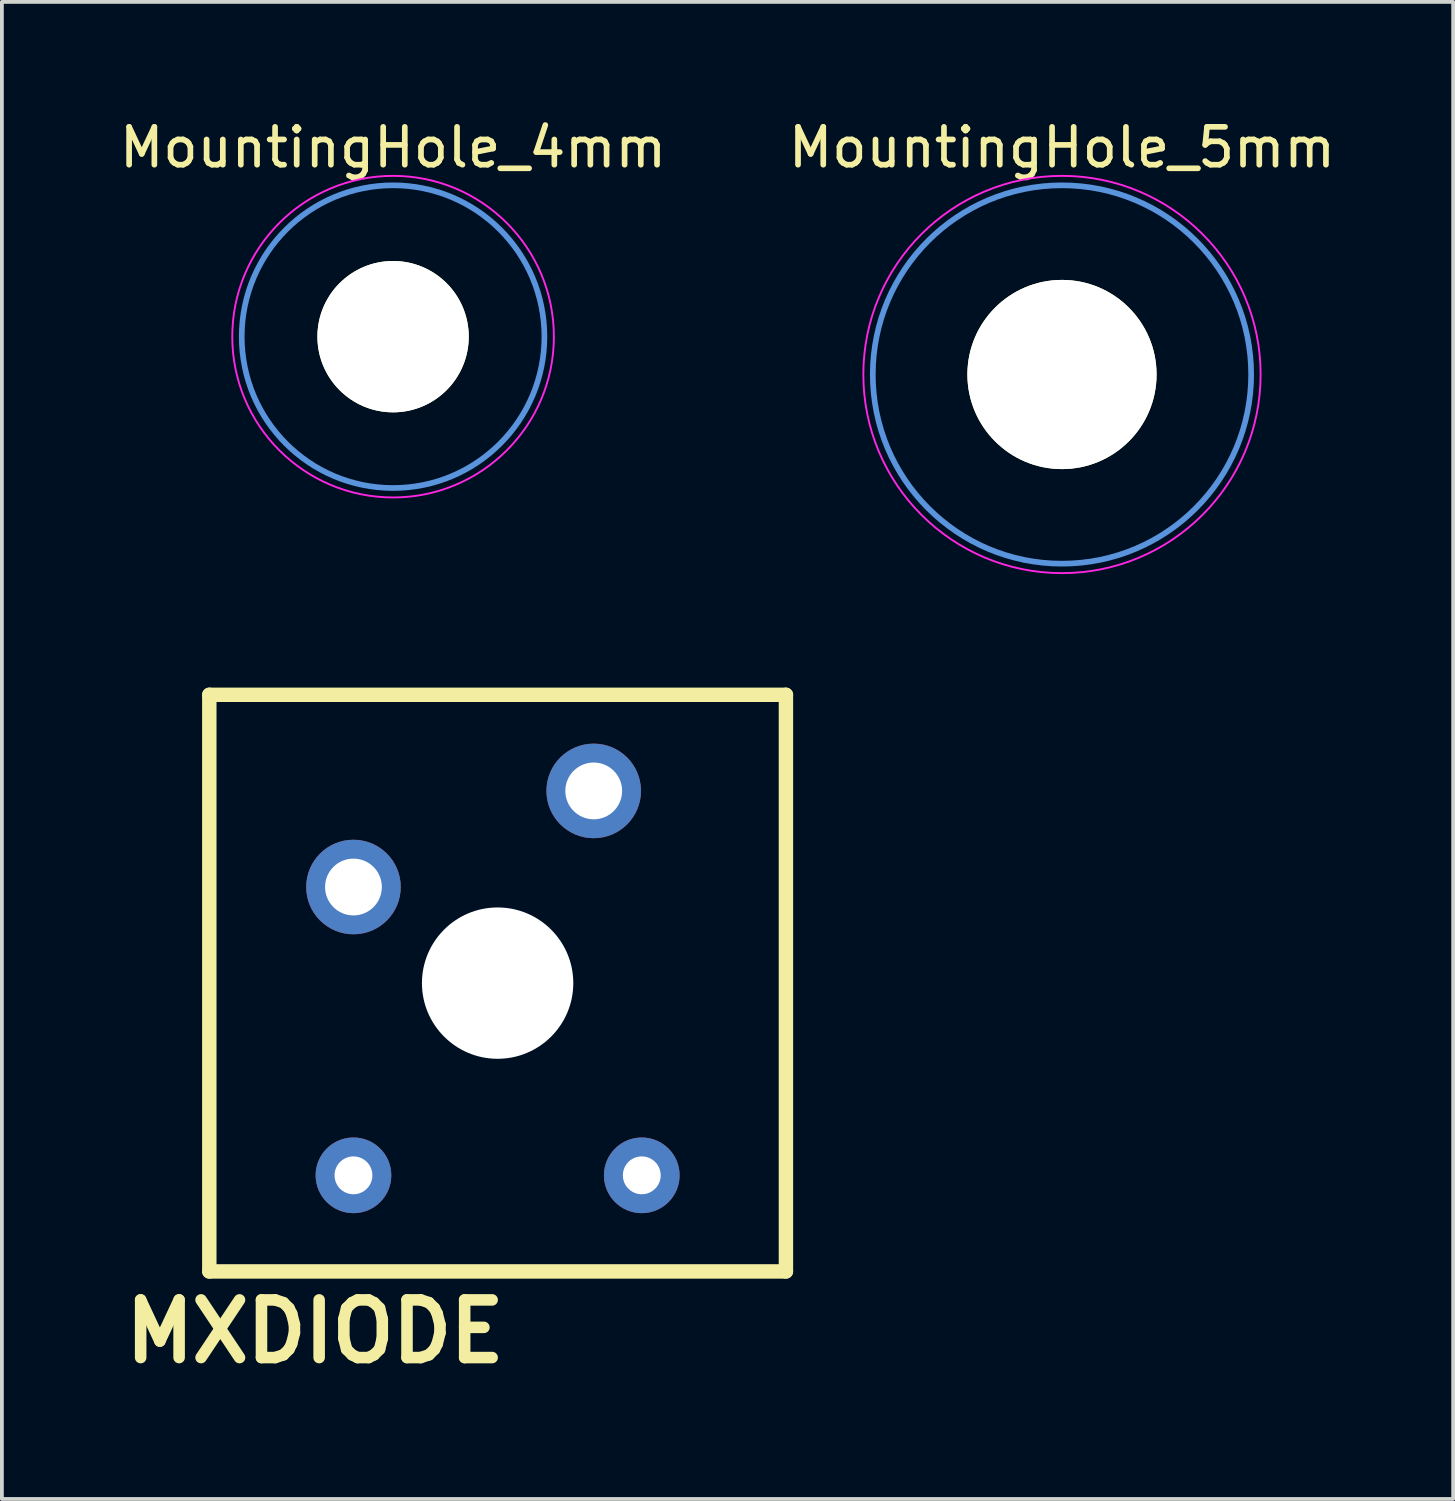
<source format=kicad_pcb>
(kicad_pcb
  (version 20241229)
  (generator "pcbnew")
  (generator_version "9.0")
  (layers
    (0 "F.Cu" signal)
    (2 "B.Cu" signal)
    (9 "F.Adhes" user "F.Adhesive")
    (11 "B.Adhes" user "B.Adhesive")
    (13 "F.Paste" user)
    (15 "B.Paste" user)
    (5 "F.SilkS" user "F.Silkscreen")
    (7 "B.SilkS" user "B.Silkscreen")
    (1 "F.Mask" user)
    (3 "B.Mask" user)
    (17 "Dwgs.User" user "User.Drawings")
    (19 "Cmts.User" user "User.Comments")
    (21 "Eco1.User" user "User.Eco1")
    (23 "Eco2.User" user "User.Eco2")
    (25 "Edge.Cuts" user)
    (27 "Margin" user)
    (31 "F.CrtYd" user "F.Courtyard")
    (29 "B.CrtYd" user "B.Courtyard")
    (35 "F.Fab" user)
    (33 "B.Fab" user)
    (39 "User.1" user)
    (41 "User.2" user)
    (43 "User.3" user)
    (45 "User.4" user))
  (footprint "MountingHole_4mm"
    (layer "F.Cu")
    (at 7.339 5.848)
    (property "Reference" "MountingHole_4mm" (at 0 -5 0) (layer "F.SilkS") (effects (font (size 1 1) (thickness 0.15))))
    (attr through_hole)
    (fp_circle (center 0 0) (end 4 0) (stroke (width 0.15) (type solid)) (fill no) (layer "Cmts.User"))
    (fp_circle (center 0 0) (end 4.25 0) (stroke (width 0.05) (type solid)) (fill no) (layer "F.CrtYd"))
    (pad "" np_thru_hole circle (at 0 0) (size 4 4) (drill 4) (layers "*.Cu" "*.Mask" "F.SilkS")))
  (footprint "MXDIODE"
    (layer "F.Cu")
    (at 10.102 22.934)
    (property "Reference" "MXDIODE" (at -4.826 9.207 0) (layer "F.SilkS") (effects (font (size 1.524 1.524) (thickness 0.305))))
    (attr through_hole)
    (fp_line (start -7.62 -7.62) (end 7.62 -7.62) (stroke (width 0.381) (type solid)) (layer "F.SilkS"))
    (fp_line (start -7.62 7.62) (end -7.62 -7.62) (stroke (width 0.381) (type solid)) (layer "F.SilkS"))
    (fp_line (start 7.62 -7.62) (end 7.62 7.62) (stroke (width 0.381) (type solid)) (layer "F.SilkS"))
    (fp_line (start 7.62 7.62) (end -7.62 7.62) (stroke (width 0.381) (type solid)) (layer "F.SilkS"))
    (pad "" np_thru_hole circle (at 0 0) (size 4 4) (drill 4) (layers "*.Cu" "*.Mask"))
    (pad "1" thru_hole circle (at -3.81 -2.54) (size 2.499 2.499) (drill 1.501) (layers "*.Cu" "*.Mask"))
    (pad "2" thru_hole circle (at 2.54 -5.08) (size 2.499 2.499) (drill 1.501) (layers "*.Cu" "*.Mask"))
    (pad "3" thru_hole circle (at -3.81 5.08) (size 2 2) (drill 1) (layers "*.Cu" "*.Mask"))
    (pad "4" thru_hole circle (at 3.81 5.08) (size 2 2) (drill 1) (layers "*.Cu" "*.Mask")))
  (footprint "MountingHole_5mm"
    (layer "F.Cu")
    (at 25.018 6.848)
    (property "Reference" "MountingHole_5mm" (at 0 -6 0) (layer "F.SilkS") (effects (font (size 1 1) (thickness 0.15))))
    (attr through_hole)
    (fp_circle (center 0 0) (end 5 0) (stroke (width 0.15) (type solid)) (fill no) (layer "Cmts.User"))
    (fp_circle (center 0 0) (end 5.25 0) (stroke (width 0.05) (type solid)) (fill no) (layer "F.CrtYd"))
    (pad "" np_thru_hole circle (at 0 0) (size 5 5) (drill 5) (layers "*.Cu" "*.Mask" "F.SilkS")))
  (gr_rect
    (start -3 -3)
    (end 35.357 36.568)
    (stroke (width 0.1) (type default))
    (fill no)
    (layer "Edge.Cuts")))
</source>
